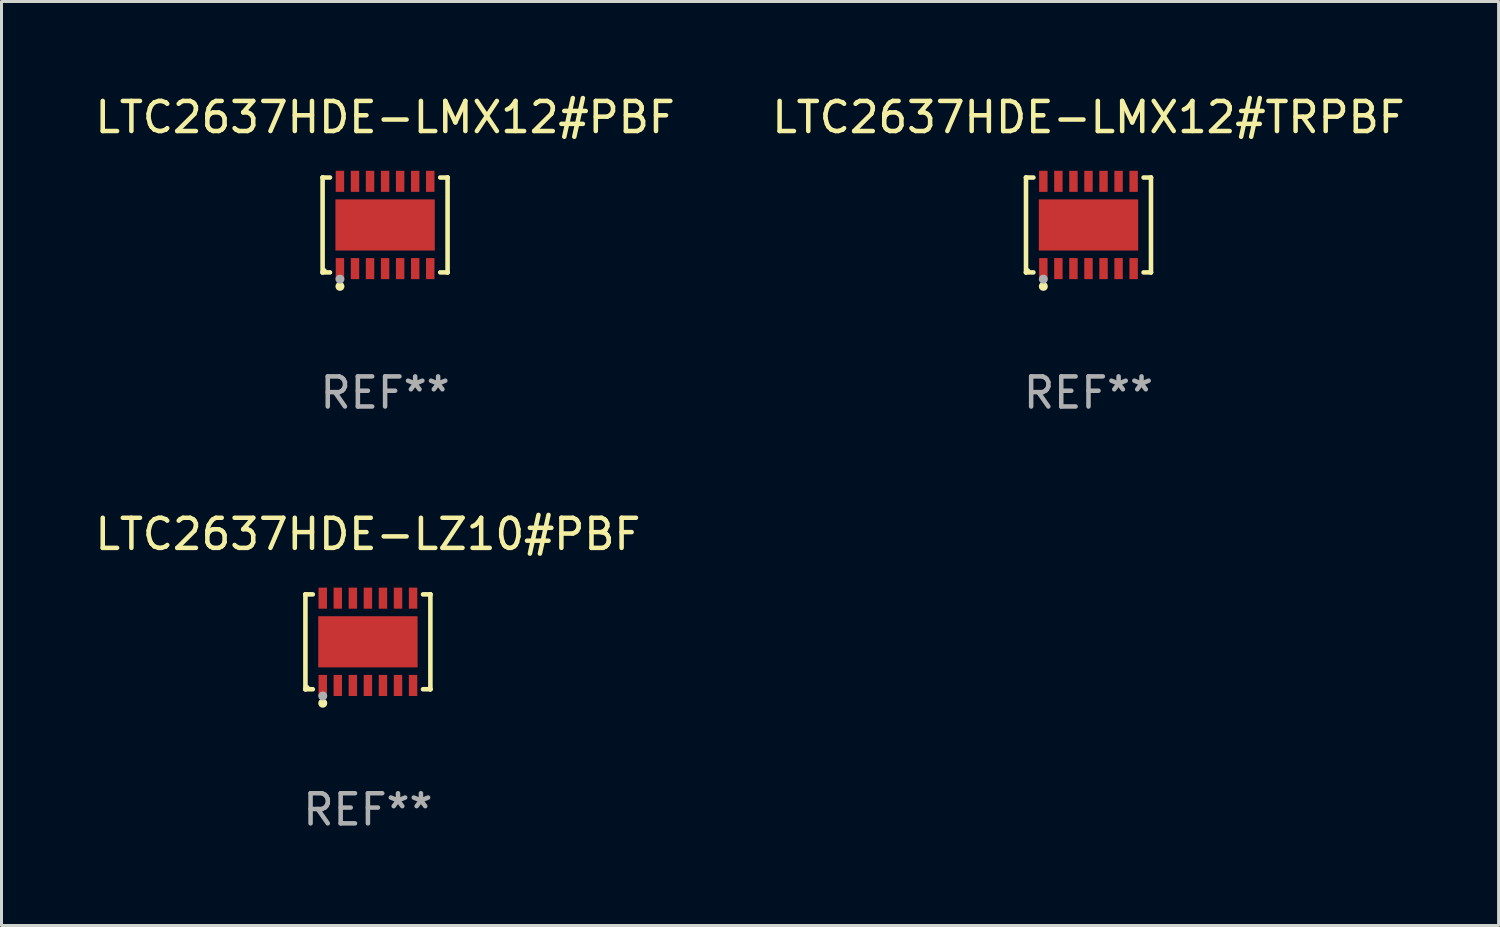
<source format=kicad_pcb>
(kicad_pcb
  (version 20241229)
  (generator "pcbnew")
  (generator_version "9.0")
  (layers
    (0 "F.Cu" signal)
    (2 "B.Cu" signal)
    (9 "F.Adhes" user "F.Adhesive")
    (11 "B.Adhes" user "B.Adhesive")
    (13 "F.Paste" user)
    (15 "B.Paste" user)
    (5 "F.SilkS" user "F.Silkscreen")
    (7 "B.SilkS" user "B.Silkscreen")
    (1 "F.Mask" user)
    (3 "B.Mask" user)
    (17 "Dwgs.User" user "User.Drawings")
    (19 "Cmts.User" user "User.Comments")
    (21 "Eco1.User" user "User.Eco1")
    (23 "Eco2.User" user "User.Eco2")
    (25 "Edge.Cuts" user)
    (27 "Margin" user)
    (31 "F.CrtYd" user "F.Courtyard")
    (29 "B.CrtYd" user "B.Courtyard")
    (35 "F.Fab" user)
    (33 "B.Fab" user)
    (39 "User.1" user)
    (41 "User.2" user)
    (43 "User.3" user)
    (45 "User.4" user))
  (footprint "LTC2637HDE-LMX12#TRPBF"
    (layer "F.Cu")
    (at 33.113 4.424)
    (property "Reference" "LTC2637HDE-LMX12#TRPBF" (at 0 -3.576 0) (layer "F.SilkS") (effects (font (size 1 1) (thickness 0.15))))
    (attr through_hole)
    (fp_line (start -2.076 -1.576) (end -2.076 -1.576) (stroke (width 0.152) (type solid)) (layer "F.SilkS"))
    (fp_line (start -2.076 -1.576) (end -1.831 -1.576) (stroke (width 0.152) (type solid)) (layer "F.SilkS"))
    (fp_line (start -2.076 1.576) (end -2.076 -1.576) (stroke (width 0.152) (type solid)) (layer "F.SilkS"))
    (fp_line (start -2.076 1.576) (end -2.076 1.576) (stroke (width 0.152) (type solid)) (layer "F.SilkS"))
    (fp_line (start -1.831 1.576) (end -2.076 1.576) (stroke (width 0.152) (type solid)) (layer "F.SilkS"))
    (fp_line (start 1.831 1.576) (end 2.076 1.576) (stroke (width 0.152) (type solid)) (layer "F.SilkS"))
    (fp_line (start 2.076 -1.576) (end 1.831 -1.576) (stroke (width 0.152) (type solid)) (layer "F.SilkS"))
    (fp_line (start 2.076 -1.576) (end 2.076 -1.576) (stroke (width 0.152) (type solid)) (layer "F.SilkS"))
    (fp_line (start 2.076 1.576) (end 2.076 -1.576) (stroke (width 0.152) (type solid)) (layer "F.SilkS"))
    (fp_line (start 2.076 1.576) (end 2.076 1.576) (stroke (width 0.152) (type solid)) (layer "F.SilkS"))
    (fp_circle (center -2 1.5) (end -1.97 1.5) (stroke (width 0.06) (type solid)) (fill no) (layer "F.SilkS"))
    (fp_circle (center -1.5 2.04) (end -1.425 2.04) (stroke (width 0.15) (type solid)) (fill no) (layer "F.SilkS"))
    (fp_circle (center -1.5 1.8) (end -1.425 1.8) (stroke (width 0.15) (type solid)) (fill no) (layer "F.Fab"))
    (fp_text user "REF**" (at 0 5.576 0) (layer "F.Fab") (effects (font (size 1 1) (thickness 0.15))))
    (pad "1" smd rect (at -1.5 1.45) (size 0.28 0.7) (layers "F.Cu" "F.Mask" "F.Paste"))
    (pad "2" smd rect (at -1 1.45) (size 0.28 0.7) (layers "F.Cu" "F.Mask" "F.Paste"))
    (pad "3" smd rect (at -0.5 1.45) (size 0.28 0.7) (layers "F.Cu" "F.Mask" "F.Paste"))
    (pad "4" smd rect (at 0 1.45) (size 0.28 0.7) (layers "F.Cu" "F.Mask" "F.Paste"))
    (pad "5" smd rect (at 0.5 1.45) (size 0.28 0.7) (layers "F.Cu" "F.Mask" "F.Paste"))
    (pad "6" smd rect (at 1 1.45) (size 0.28 0.7) (layers "F.Cu" "F.Mask" "F.Paste"))
    (pad "7" smd rect (at 1.5 1.45) (size 0.28 0.7) (layers "F.Cu" "F.Mask" "F.Paste"))
    (pad "8" smd rect (at 1.5 -1.45) (size 0.28 0.7) (layers "F.Cu" "F.Mask" "F.Paste"))
    (pad "9" smd rect (at 1 -1.45) (size 0.28 0.7) (layers "F.Cu" "F.Mask" "F.Paste"))
    (pad "10" smd rect (at 0.5 -1.45) (size 0.28 0.7) (layers "F.Cu" "F.Mask" "F.Paste"))
    (pad "11" smd rect (at 0 -1.45) (size 0.28 0.7) (layers "F.Cu" "F.Mask" "F.Paste"))
    (pad "12" smd rect (at -0.5 -1.45) (size 0.28 0.7) (layers "F.Cu" "F.Mask" "F.Paste"))
    (pad "13" smd rect (at -1 -1.45) (size 0.28 0.7) (layers "F.Cu" "F.Mask" "F.Paste"))
    (pad "14" smd rect (at -1.5 -1.45) (size 0.28 0.7) (layers "F.Cu" "F.Mask" "F.Paste"))
    (pad "15" smd rect (at 0 0) (size 3.3 1.7) (layers "F.Cu" "F.Mask" "F.Paste")))
  (footprint "LTC2637HDE-LZ10#PBF"
    (layer "F.Cu")
    (at 9.173 18.273)
    (property "Reference" "LTC2637HDE-LZ10#PBF" (at 0 -3.576 0) (layer "F.SilkS") (effects (font (size 1 1) (thickness 0.15))))
    (attr through_hole)
    (fp_line (start -2.076 -1.576) (end -2.076 -1.576) (stroke (width 0.152) (type solid)) (layer "F.SilkS"))
    (fp_line (start -2.076 -1.576) (end -1.831 -1.576) (stroke (width 0.152) (type solid)) (layer "F.SilkS"))
    (fp_line (start -2.076 1.576) (end -2.076 -1.576) (stroke (width 0.152) (type solid)) (layer "F.SilkS"))
    (fp_line (start -2.076 1.576) (end -2.076 1.576) (stroke (width 0.152) (type solid)) (layer "F.SilkS"))
    (fp_line (start -1.831 1.576) (end -2.076 1.576) (stroke (width 0.152) (type solid)) (layer "F.SilkS"))
    (fp_line (start 1.831 1.576) (end 2.076 1.576) (stroke (width 0.152) (type solid)) (layer "F.SilkS"))
    (fp_line (start 2.076 -1.576) (end 1.831 -1.576) (stroke (width 0.152) (type solid)) (layer "F.SilkS"))
    (fp_line (start 2.076 -1.576) (end 2.076 -1.576) (stroke (width 0.152) (type solid)) (layer "F.SilkS"))
    (fp_line (start 2.076 1.576) (end 2.076 -1.576) (stroke (width 0.152) (type solid)) (layer "F.SilkS"))
    (fp_line (start 2.076 1.576) (end 2.076 1.576) (stroke (width 0.152) (type solid)) (layer "F.SilkS"))
    (fp_circle (center -2 1.5) (end -1.97 1.5) (stroke (width 0.06) (type solid)) (fill no) (layer "F.SilkS"))
    (fp_circle (center -1.5 2.04) (end -1.425 2.04) (stroke (width 0.15) (type solid)) (fill no) (layer "F.SilkS"))
    (fp_circle (center -1.5 1.8) (end -1.425 1.8) (stroke (width 0.15) (type solid)) (fill no) (layer "F.Fab"))
    (fp_text user "REF**" (at 0 5.576 0) (layer "F.Fab") (effects (font (size 1 1) (thickness 0.15))))
    (pad "1" smd rect (at -1.5 1.45) (size 0.28 0.7) (layers "F.Cu" "F.Mask" "F.Paste"))
    (pad "2" smd rect (at -1 1.45) (size 0.28 0.7) (layers "F.Cu" "F.Mask" "F.Paste"))
    (pad "3" smd rect (at -0.5 1.45) (size 0.28 0.7) (layers "F.Cu" "F.Mask" "F.Paste"))
    (pad "4" smd rect (at 0 1.45) (size 0.28 0.7) (layers "F.Cu" "F.Mask" "F.Paste"))
    (pad "5" smd rect (at 0.5 1.45) (size 0.28 0.7) (layers "F.Cu" "F.Mask" "F.Paste"))
    (pad "6" smd rect (at 1 1.45) (size 0.28 0.7) (layers "F.Cu" "F.Mask" "F.Paste"))
    (pad "7" smd rect (at 1.5 1.45) (size 0.28 0.7) (layers "F.Cu" "F.Mask" "F.Paste"))
    (pad "8" smd rect (at 1.5 -1.45) (size 0.28 0.7) (layers "F.Cu" "F.Mask" "F.Paste"))
    (pad "9" smd rect (at 1 -1.45) (size 0.28 0.7) (layers "F.Cu" "F.Mask" "F.Paste"))
    (pad "10" smd rect (at 0.5 -1.45) (size 0.28 0.7) (layers "F.Cu" "F.Mask" "F.Paste"))
    (pad "11" smd rect (at 0 -1.45) (size 0.28 0.7) (layers "F.Cu" "F.Mask" "F.Paste"))
    (pad "12" smd rect (at -0.5 -1.45) (size 0.28 0.7) (layers "F.Cu" "F.Mask" "F.Paste"))
    (pad "13" smd rect (at -1 -1.45) (size 0.28 0.7) (layers "F.Cu" "F.Mask" "F.Paste"))
    (pad "14" smd rect (at -1.5 -1.45) (size 0.28 0.7) (layers "F.Cu" "F.Mask" "F.Paste"))
    (pad "15" smd rect (at 0 0) (size 3.3 1.7) (layers "F.Cu" "F.Mask" "F.Paste")))
  (footprint "LTC2637HDE-LMX12#PBF"
    (layer "F.Cu")
    (at 9.744 4.424)
    (property "Reference" "LTC2637HDE-LMX12#PBF" (at 0 -3.576 0) (layer "F.SilkS") (effects (font (size 1 1) (thickness 0.15))))
    (attr through_hole)
    (fp_line (start -2.076 -1.576) (end -2.076 -1.576) (stroke (width 0.152) (type solid)) (layer "F.SilkS"))
    (fp_line (start -2.076 -1.576) (end -1.831 -1.576) (stroke (width 0.152) (type solid)) (layer "F.SilkS"))
    (fp_line (start -2.076 1.576) (end -2.076 -1.576) (stroke (width 0.152) (type solid)) (layer "F.SilkS"))
    (fp_line (start -2.076 1.576) (end -2.076 1.576) (stroke (width 0.152) (type solid)) (layer "F.SilkS"))
    (fp_line (start -1.831 1.576) (end -2.076 1.576) (stroke (width 0.152) (type solid)) (layer "F.SilkS"))
    (fp_line (start 1.831 1.576) (end 2.076 1.576) (stroke (width 0.152) (type solid)) (layer "F.SilkS"))
    (fp_line (start 2.076 -1.576) (end 1.831 -1.576) (stroke (width 0.152) (type solid)) (layer "F.SilkS"))
    (fp_line (start 2.076 -1.576) (end 2.076 -1.576) (stroke (width 0.152) (type solid)) (layer "F.SilkS"))
    (fp_line (start 2.076 1.576) (end 2.076 -1.576) (stroke (width 0.152) (type solid)) (layer "F.SilkS"))
    (fp_line (start 2.076 1.576) (end 2.076 1.576) (stroke (width 0.152) (type solid)) (layer "F.SilkS"))
    (fp_circle (center -2 1.5) (end -1.97 1.5) (stroke (width 0.06) (type solid)) (fill no) (layer "F.SilkS"))
    (fp_circle (center -1.5 2.04) (end -1.425 2.04) (stroke (width 0.15) (type solid)) (fill no) (layer "F.SilkS"))
    (fp_circle (center -1.5 1.8) (end -1.425 1.8) (stroke (width 0.15) (type solid)) (fill no) (layer "F.Fab"))
    (fp_text user "REF**" (at 0 5.576 0) (layer "F.Fab") (effects (font (size 1 1) (thickness 0.15))))
    (pad "1" smd rect (at -1.5 1.45) (size 0.28 0.7) (layers "F.Cu" "F.Mask" "F.Paste"))
    (pad "2" smd rect (at -1 1.45) (size 0.28 0.7) (layers "F.Cu" "F.Mask" "F.Paste"))
    (pad "3" smd rect (at -0.5 1.45) (size 0.28 0.7) (layers "F.Cu" "F.Mask" "F.Paste"))
    (pad "4" smd rect (at 0 1.45) (size 0.28 0.7) (layers "F.Cu" "F.Mask" "F.Paste"))
    (pad "5" smd rect (at 0.5 1.45) (size 0.28 0.7) (layers "F.Cu" "F.Mask" "F.Paste"))
    (pad "6" smd rect (at 1 1.45) (size 0.28 0.7) (layers "F.Cu" "F.Mask" "F.Paste"))
    (pad "7" smd rect (at 1.5 1.45) (size 0.28 0.7) (layers "F.Cu" "F.Mask" "F.Paste"))
    (pad "8" smd rect (at 1.5 -1.45) (size 0.28 0.7) (layers "F.Cu" "F.Mask" "F.Paste"))
    (pad "9" smd rect (at 1 -1.45) (size 0.28 0.7) (layers "F.Cu" "F.Mask" "F.Paste"))
    (pad "10" smd rect (at 0.5 -1.45) (size 0.28 0.7) (layers "F.Cu" "F.Mask" "F.Paste"))
    (pad "11" smd rect (at 0 -1.45) (size 0.28 0.7) (layers "F.Cu" "F.Mask" "F.Paste"))
    (pad "12" smd rect (at -0.5 -1.45) (size 0.28 0.7) (layers "F.Cu" "F.Mask" "F.Paste"))
    (pad "13" smd rect (at -1 -1.45) (size 0.28 0.7) (layers "F.Cu" "F.Mask" "F.Paste"))
    (pad "14" smd rect (at -1.5 -1.45) (size 0.28 0.7) (layers "F.Cu" "F.Mask" "F.Paste"))
    (pad "15" smd rect (at 0 0) (size 3.3 1.7) (layers "F.Cu" "F.Mask" "F.Paste")))
  (gr_rect
    (start -3 -3)
    (end 46.738 27.698)
    (stroke (width 0.1) (type default))
    (fill no)
    (layer "Edge.Cuts")))
</source>
